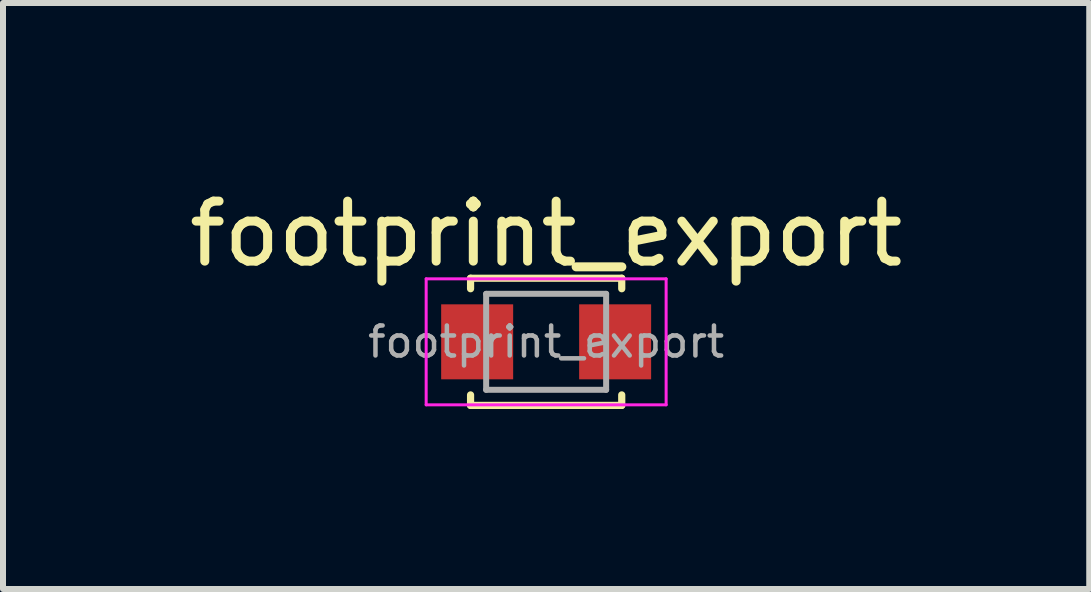
<source format=kicad_pcb>
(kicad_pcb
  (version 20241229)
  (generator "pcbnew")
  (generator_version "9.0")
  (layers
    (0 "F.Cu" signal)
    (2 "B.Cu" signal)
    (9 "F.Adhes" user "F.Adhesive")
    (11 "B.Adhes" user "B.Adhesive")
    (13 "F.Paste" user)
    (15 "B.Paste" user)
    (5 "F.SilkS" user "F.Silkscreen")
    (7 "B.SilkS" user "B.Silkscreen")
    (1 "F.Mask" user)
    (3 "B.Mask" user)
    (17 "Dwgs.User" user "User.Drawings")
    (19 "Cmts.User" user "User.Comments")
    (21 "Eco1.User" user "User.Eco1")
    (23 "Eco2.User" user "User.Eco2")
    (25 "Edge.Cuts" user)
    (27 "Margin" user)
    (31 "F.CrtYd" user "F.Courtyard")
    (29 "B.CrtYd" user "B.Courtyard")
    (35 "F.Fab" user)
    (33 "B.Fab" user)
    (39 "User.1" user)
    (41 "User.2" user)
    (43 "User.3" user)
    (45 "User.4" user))
  (footprint "footprint_export"
    (layer "F.Cu")
    (at 6.054 2.648)
    (property "Reference" "footprint_export" (at 0 -1.8 0) (layer "F.SilkS") (effects (font (size 1 1) (thickness 0.15))))
    (attr smd)
    (fp_line (start -1.26 -1.06) (end -1.26 -0.885) (stroke (width 0.12) (type solid)) (layer "F.SilkS"))
    (fp_line (start -1.26 -1.06) (end 1.26 -1.06) (stroke (width 0.12) (type solid)) (layer "F.SilkS"))
    (fp_line (start -1.26 1.06) (end -1.26 0.885) (stroke (width 0.12) (type solid)) (layer "F.SilkS"))
    (fp_line (start -1.26 1.06) (end 1.26 1.06) (stroke (width 0.12) (type solid)) (layer "F.SilkS"))
    (fp_line (start 1.26 -1.06) (end 1.26 -0.885) (stroke (width 0.12) (type solid)) (layer "F.SilkS"))
    (fp_line (start 1.26 1.06) (end 1.26 0.885) (stroke (width 0.12) (type solid)) (layer "F.SilkS"))
    (fp_line (start -2 -1.05) (end -2 1.05) (stroke (width 0.05) (type solid)) (layer "F.CrtYd"))
    (fp_line (start -2 1.05) (end 2 1.05) (stroke (width 0.05) (type solid)) (layer "F.CrtYd"))
    (fp_line (start 2 -1.05) (end -2 -1.05) (stroke (width 0.05) (type solid)) (layer "F.CrtYd"))
    (fp_line (start 2 1.05) (end 2 -1.05) (stroke (width 0.05) (type solid)) (layer "F.CrtYd"))
    (fp_line (start -1 -0.8) (end -1 0.8) (stroke (width 0.1) (type solid)) (layer "F.Fab"))
    (fp_line (start -1 0.8) (end 1 0.8) (stroke (width 0.1) (type solid)) (layer "F.Fab"))
    (fp_line (start 1 -0.8) (end -1 -0.8) (stroke (width 0.1) (type solid)) (layer "F.Fab"))
    (fp_line (start 1 0.8) (end 1 -0.8) (stroke (width 0.1) (type solid)) (layer "F.Fab"))
    (fp_text user "${REFERENCE}" (at 0 0 0) (layer "F.Fab") (effects (font (size 0.5 0.5) (thickness 0.075))))
    (pad "1" smd rect (at -1.15 0) (size 1.2 1.25) (layers "F.Cu" "F.Mask" "F.Paste"))
    (pad "2" smd rect (at 1.15 0) (size 1.2 1.25) (layers "F.Cu" "F.Mask" "F.Paste")))
  (gr_rect
    (start -3 -3)
    (end 15.107 6.768)
    (stroke (width 0.1) (type default))
    (fill no)
    (layer "Edge.Cuts")))
</source>
